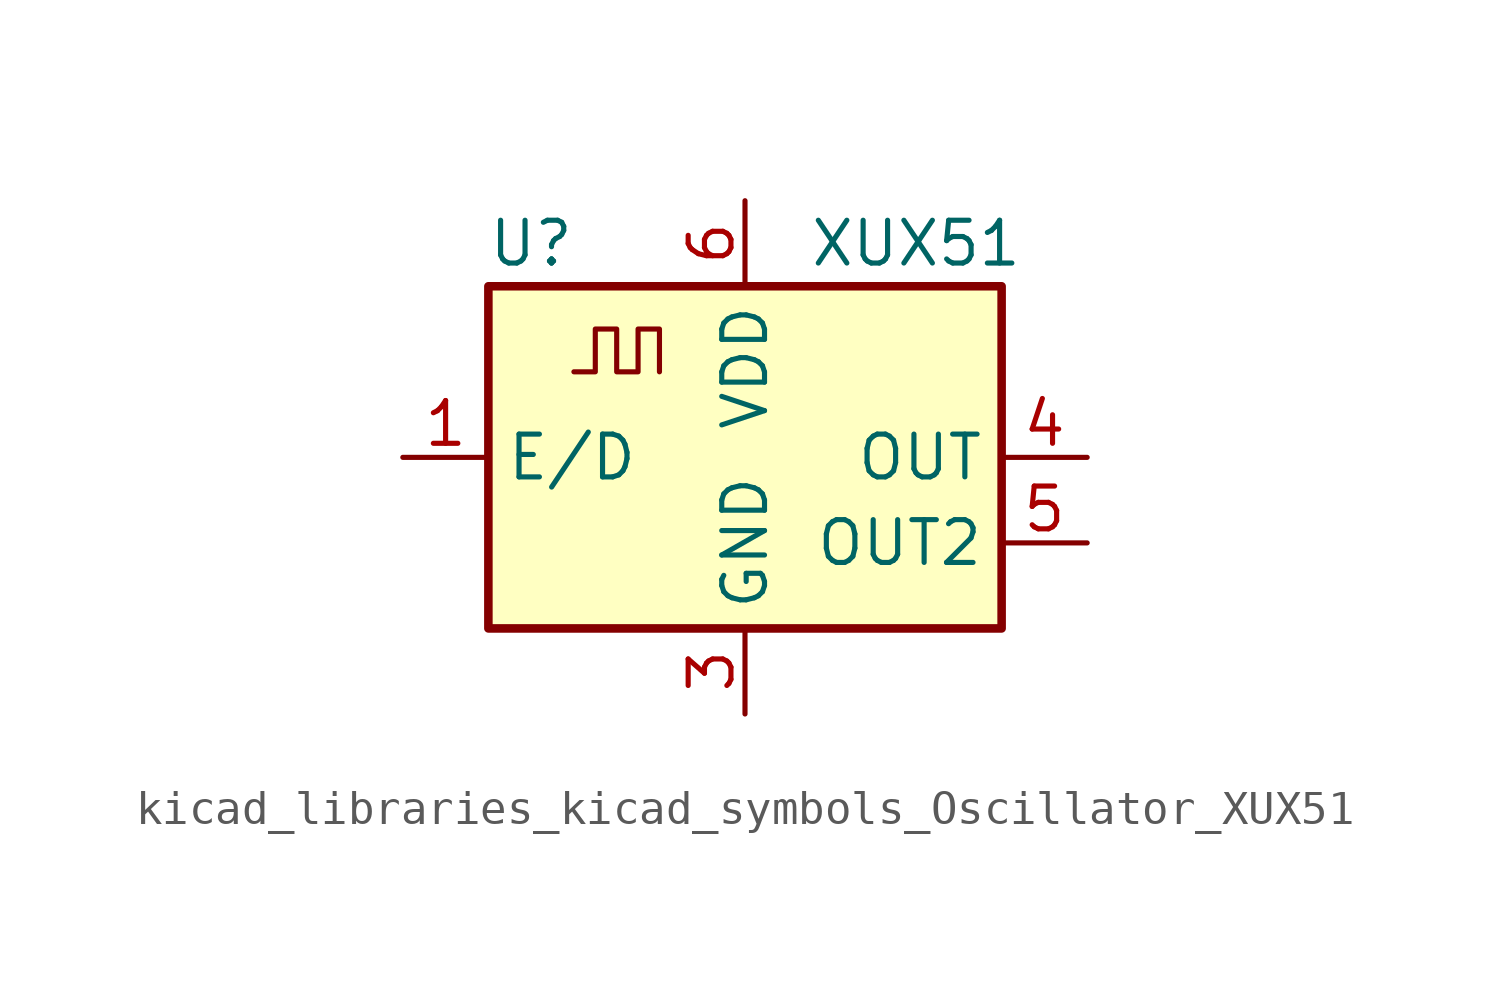
<source format=kicad_sym>
(kicad_symbol_lib
  (version 20220914)
  (generator kicad_symbol_editor)
  (symbol "kicad_libraries_kicad_symbols_Oscillator_XUX51"
    (property "Reference" "U"
      (at -6.35 6.35 0)
      (effects (font (size 1.27 1.27))))
    (property "Value" "XUX51"
      (at 5.08 6.35 0)
      (effects (font (size 1.27 1.27))))
    (symbol "kicad_libraries_kicad_symbols_Oscillator_XUX51_0_1"
      (rectangle (start -7.62 5.08) (end 7.62 -5.08) (stroke (width 0.254) (type default)) (fill (type background)))
      (polyline (pts (xy -5.08 2.54) (xy -4.445 2.54) (xy -4.445 3.81) (xy -3.81 3.81) (xy -3.81 2.54) (xy -3.175 2.54) (xy -3.175 3.81) (xy -2.54 3.81) (xy -2.54 2.54)) (stroke (width 0) (type default)) (fill (type none))))
    (symbol "kicad_libraries_kicad_symbols_Oscillator_XUX51_1_1"
      (pin input line (at -10.16 0 0) (length 2.54) (name "E/D" (effects (font (size 1.27 1.27)))) (number "1" (effects (font (size 1.27 1.27)))))
      (pin no_connect line (at -7.62 -2.54 0) (length 2.54) hide (name "NC" (effects (font (size 1.27 1.27)))) (number "2" (effects (font (size 1.27 1.27)))))
      (pin power_in line (at 0 -7.62 90) (length 2.54) (name "GND" (effects (font (size 1.27 1.27)))) (number "3" (effects (font (size 1.27 1.27)))))
      (pin output line (at 10.16 0 180) (length 2.54) (name "OUT" (effects (font (size 1.27 1.27)))) (number "4" (effects (font (size 1.27 1.27)))))
      (pin output line (at 10.16 -2.54 180) (length 2.54) (name "OUT2" (effects (font (size 1.27 1.27)))) (number "5" (effects (font (size 1.27 1.27)))))
      (pin power_in line (at 0 7.62 270) (length 2.54) (name "VDD" (effects (font (size 1.27 1.27)))) (number "6" (effects (font (size 1.27 1.27))))))))
</source>
